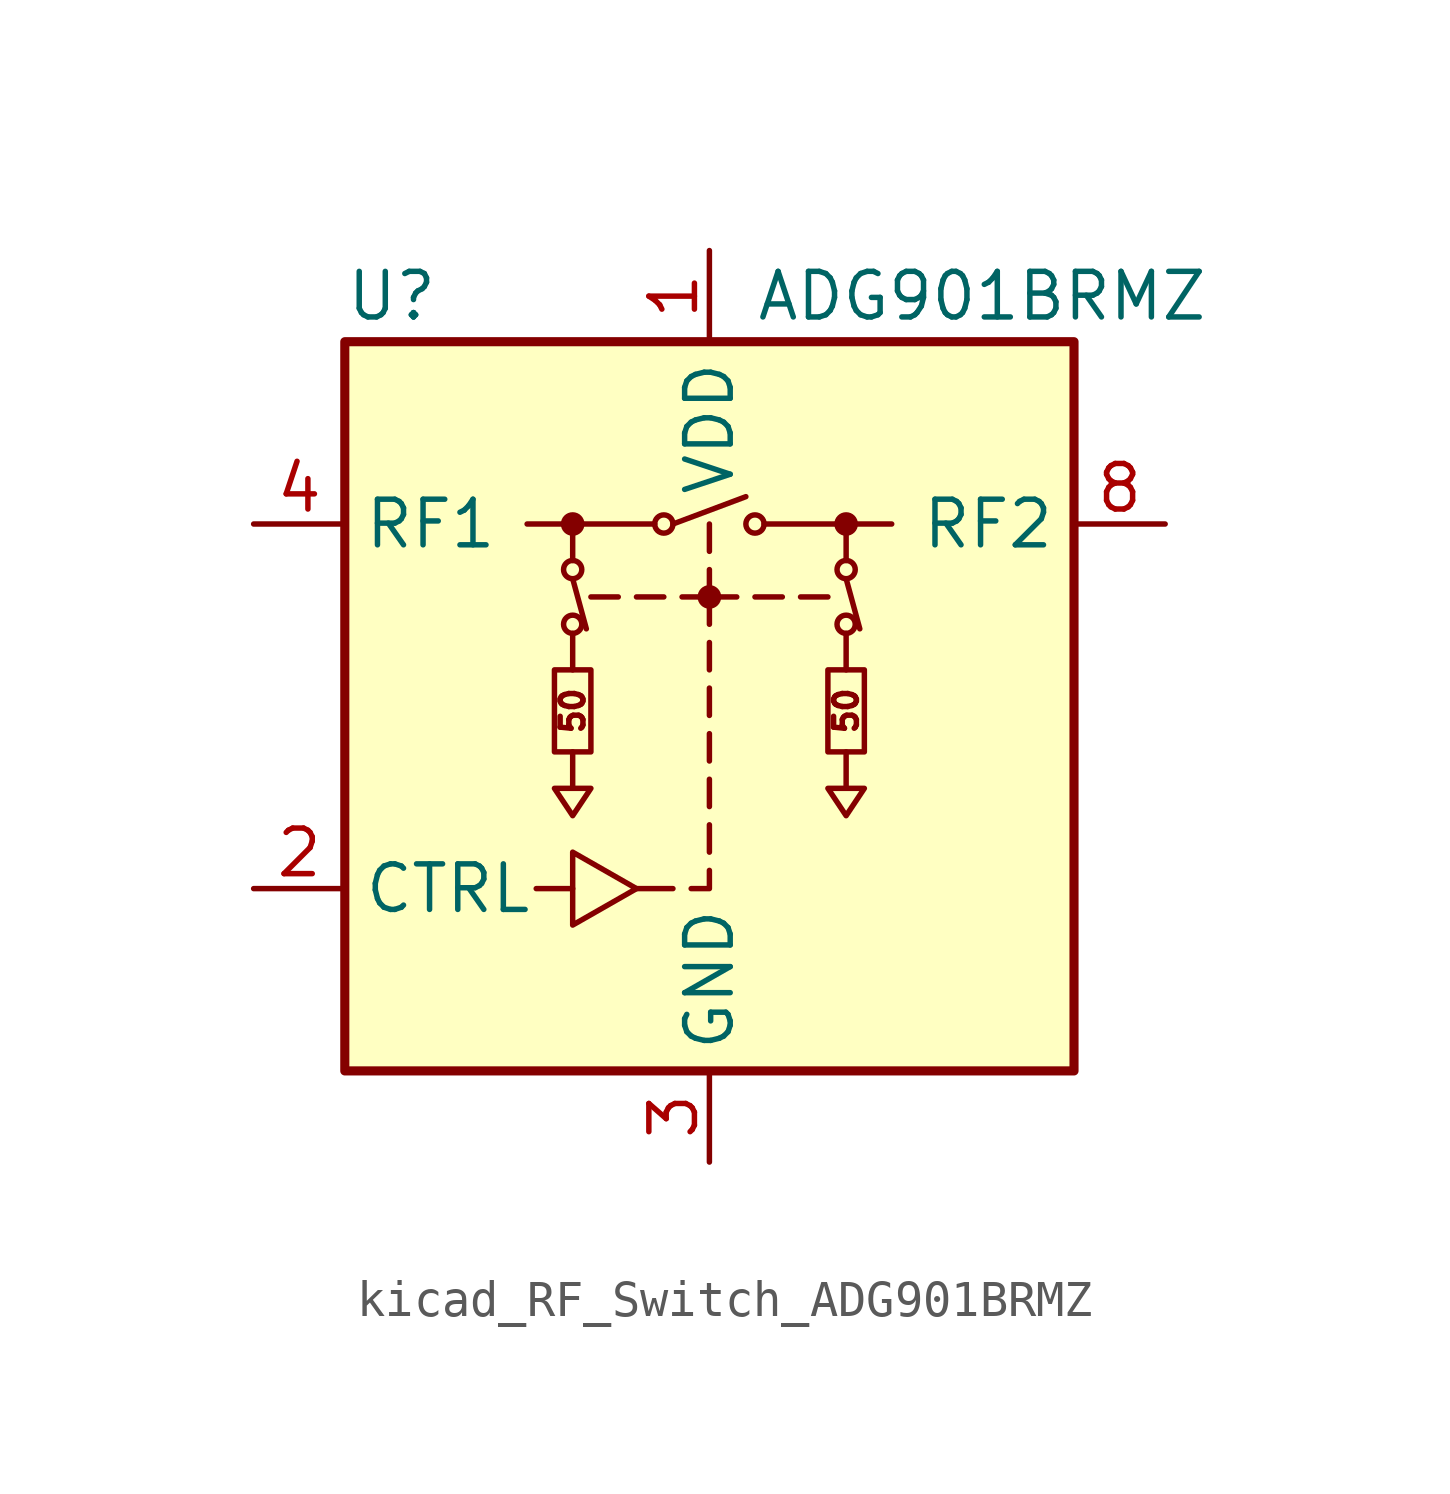
<source format=kicad_sym>
(kicad_symbol_lib
  (version 20220914)
  (generator kicad_symbol_editor)
  (symbol "kicad_RF_Switch_ADG901BRMZ"
    (property "Reference" "U"
      (at -10.16 11.43 0)
      (effects (font (size 1.27 1.27)) (justify left)))
    (property "Value" "ADG901BRMZ"
      (at 1.27 11.43 0)
      (effects (font (size 1.27 1.27)) (justify left)))
    (symbol "kicad_RF_Switch_ADG901BRMZ_0_0"
      (rectangle (start -10.16 10.16) (end 10.16 -10.16) (stroke (width 0.254) (type default)) (fill (type background)))
      (polyline (pts (xy -4.826 -5.08) (xy -3.81 -5.08)) (stroke (width 0) (type default)) (fill (type none)))
      (polyline (pts (xy -2.54 3.048) (xy -3.302 3.048)) (stroke (width 0) (type default)) (fill (type none)))
      (polyline (pts (xy -2.032 3.048) (xy -1.27 3.048)) (stroke (width 0) (type default)) (fill (type none)))
      (polyline (pts (xy -1.016 -5.08) (xy -2.032 -5.08)) (stroke (width 0) (type default)) (fill (type none)))
      (polyline (pts (xy 0 -3.302) (xy 0 -4.064)) (stroke (width 0) (type default)) (fill (type none)))
      (polyline (pts (xy 0 -2.032) (xy 0 -2.794)) (stroke (width 0) (type default)) (fill (type none)))
      (polyline (pts (xy 0 -0.762) (xy 0 -1.524)) (stroke (width 0) (type default)) (fill (type none)))
      (polyline (pts (xy 0 0.508) (xy 0 -0.254)) (stroke (width 0) (type default)) (fill (type none)))
      (polyline (pts (xy 0 1.778) (xy 0 1.016)) (stroke (width 0) (type default)) (fill (type none)))
      (polyline (pts (xy 0 3.048) (xy -0.762 3.048)) (stroke (width 0) (type default)) (fill (type none)))
      (polyline (pts (xy 0 3.048) (xy 0 2.286)) (stroke (width 0) (type default)) (fill (type none)))
      (polyline (pts (xy 0 3.048) (xy 0 3.81)) (stroke (width 0) (type default)) (fill (type none)))
      (polyline (pts (xy 0 3.048) (xy 0.762 3.048)) (stroke (width 0) (type default)) (fill (type none)))
      (polyline (pts (xy 0 4.318) (xy 0 5.08)) (stroke (width 0) (type default)) (fill (type none)))
      (polyline (pts (xy 1.27 3.048) (xy 2.032 3.048)) (stroke (width 0) (type default)) (fill (type none)))
      (polyline (pts (xy 2.54 3.048) (xy 3.302 3.048)) (stroke (width 0) (type default)) (fill (type none)))
      (polyline (pts (xy 0 -4.572) (xy 0 -5.08) (xy -0.508 -5.08)) (stroke (width 0) (type default)) (fill (type none)))
      (polyline (pts (xy -3.81 -4.064) (xy -3.81 -6.096) (xy -2.032 -5.08) (xy -3.81 -4.064)) (stroke (width 0) (type default)) (fill (type none)))
      (circle (center 0 3.048) (radius 0.254) (stroke (width 0) (type default)) (fill (type outline)))
      (text "50" (at -3.81 -0.127 900) (effects (font (size 0.635 0.635))))
      (text "50" (at 3.81 -0.127 900) (effects (font (size 0.635 0.635)))))
    (symbol "kicad_RF_Switch_ADG901BRMZ_0_1"
      (rectangle (start -4.318 1.016) (end -3.302 -1.27) (stroke (width 0) (type default)) (fill (type none)))
      (circle (center -3.81 2.286) (radius 0.254) (stroke (width 0) (type default)) (fill (type none)))
      (circle (center -3.81 3.81) (radius 0.254) (stroke (width 0) (type default)) (fill (type none)))
      (circle (center -3.81 5.08) (radius 0.254) (stroke (width 0) (type default)) (fill (type outline)))
      (circle (center -1.27 5.08) (radius 0.254) (stroke (width 0) (type default)) (fill (type none)))
      (polyline (pts (xy -5.08 5.08) (xy -1.524 5.08)) (stroke (width 0) (type default)) (fill (type none)))
      (polyline (pts (xy -3.81 2.032) (xy -3.81 1.016)) (stroke (width 0) (type default)) (fill (type none)))
      (polyline (pts (xy -3.81 3.556) (xy -3.429 2.159)) (stroke (width 0) (type default)) (fill (type none)))
      (polyline (pts (xy -3.81 5.08) (xy -3.81 4.064)) (stroke (width 0) (type default)) (fill (type none)))
      (polyline (pts (xy -1.016 5.08) (xy 1.016 5.842)) (stroke (width 0) (type default)) (fill (type none)))
      (polyline (pts (xy 1.524 5.08) (xy 5.08 5.08)) (stroke (width 0) (type default)) (fill (type none)))
      (polyline (pts (xy 3.81 2.032) (xy 3.81 1.016)) (stroke (width 0) (type default)) (fill (type none)))
      (polyline (pts (xy 3.81 3.556) (xy 4.191 2.159)) (stroke (width 0) (type default)) (fill (type none)))
      (polyline (pts (xy 3.81 5.08) (xy 3.81 4.064)) (stroke (width 0) (type default)) (fill (type none)))
      (polyline (pts (xy -3.81 -1.27) (xy -3.81 -2.286) (xy -4.318 -2.286) (xy -3.81 -3.048) (xy -3.302 -2.286) (xy -3.81 -2.286)) (stroke (width 0) (type default)) (fill (type none)))
      (polyline (pts (xy 3.81 -1.27) (xy 3.81 -2.286) (xy 3.302 -2.286) (xy 3.81 -3.048) (xy 4.318 -2.286) (xy 3.81 -2.286)) (stroke (width 0) (type default)) (fill (type none)))
      (circle (center 1.27 5.08) (radius 0.254) (stroke (width 0) (type default)) (fill (type none)))
      (rectangle (start 3.302 1.016) (end 4.318 -1.27) (stroke (width 0) (type default)) (fill (type none)))
      (circle (center 3.81 2.286) (radius 0.254) (stroke (width 0) (type default)) (fill (type none)))
      (circle (center 3.81 3.81) (radius 0.254) (stroke (width 0) (type default)) (fill (type none)))
      (circle (center 3.81 5.08) (radius 0.254) (stroke (width 0) (type default)) (fill (type outline))))
    (symbol "kicad_RF_Switch_ADG901BRMZ_1_1"
      (pin power_in line (at 0 12.7 270) (length 2.54) (name "VDD" (effects (font (size 1.27 1.27)))) (number "1" (effects (font (size 1.27 1.27)))))
      (pin input line (at -12.7 -5.08 0) (length 2.54) (name "CTRL" (effects (font (size 1.27 1.27)))) (number "2" (effects (font (size 1.27 1.27)))))
      (pin power_in line (at 0 -12.7 90) (length 2.54) (name "GND" (effects (font (size 1.27 1.27)))) (number "3" (effects (font (size 1.27 1.27)))))
      (pin passive line (at -12.7 5.08 0) (length 2.54) (name "RF1" (effects (font (size 1.27 1.27)))) (number "4" (effects (font (size 1.27 1.27)))))
      (pin passive line (at 0 -12.7 90) (length 2.54) hide (name "GND" (effects (font (size 1.27 1.27)))) (number "5" (effects (font (size 1.27 1.27)))))
      (pin passive line (at 0 -12.7 90) (length 2.54) hide (name "GND" (effects (font (size 1.27 1.27)))) (number "6" (effects (font (size 1.27 1.27)))))
      (pin passive line (at 0 -12.7 90) (length 2.54) hide (name "GND" (effects (font (size 1.27 1.27)))) (number "7" (effects (font (size 1.27 1.27)))))
      (pin passive line (at 12.7 5.08 180) (length 2.54) (name "RF2" (effects (font (size 1.27 1.27)))) (number "8" (effects (font (size 1.27 1.27))))))))
</source>
